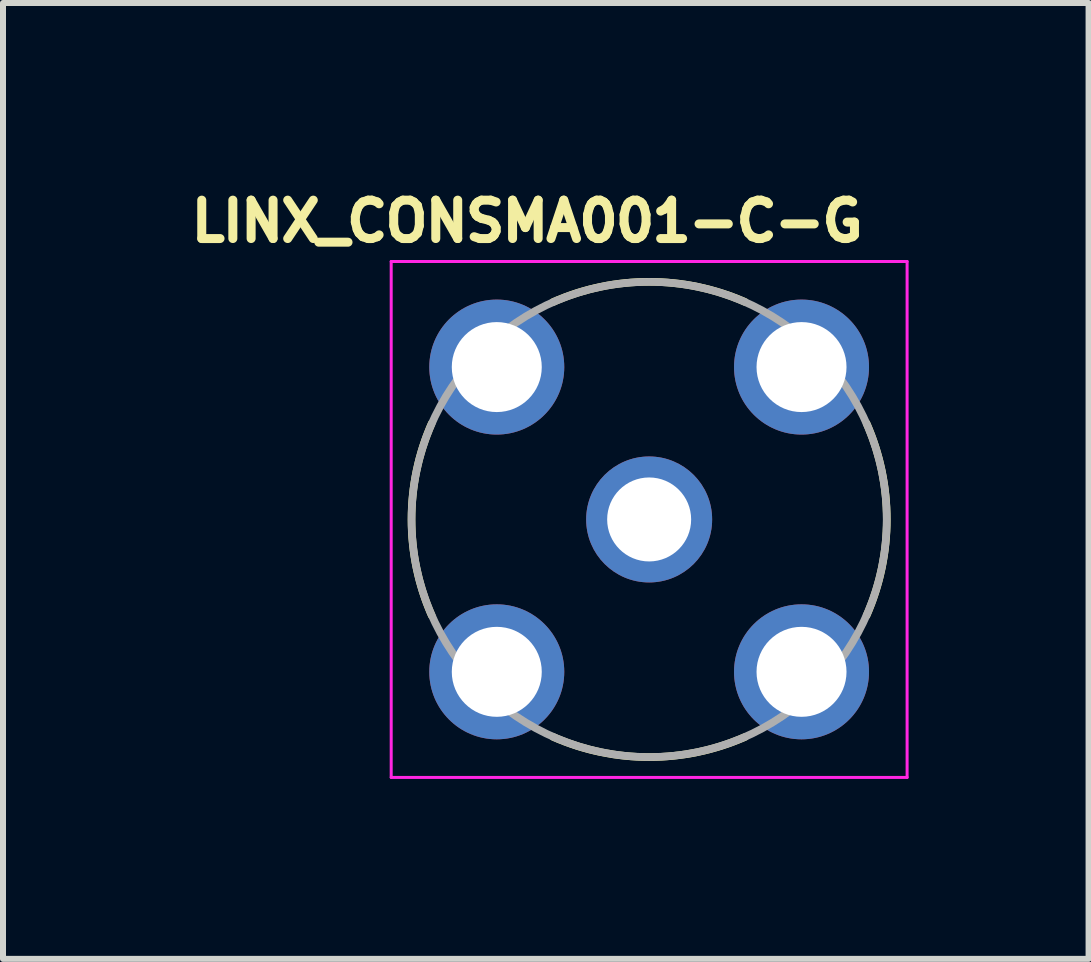
<source format=kicad_pcb>
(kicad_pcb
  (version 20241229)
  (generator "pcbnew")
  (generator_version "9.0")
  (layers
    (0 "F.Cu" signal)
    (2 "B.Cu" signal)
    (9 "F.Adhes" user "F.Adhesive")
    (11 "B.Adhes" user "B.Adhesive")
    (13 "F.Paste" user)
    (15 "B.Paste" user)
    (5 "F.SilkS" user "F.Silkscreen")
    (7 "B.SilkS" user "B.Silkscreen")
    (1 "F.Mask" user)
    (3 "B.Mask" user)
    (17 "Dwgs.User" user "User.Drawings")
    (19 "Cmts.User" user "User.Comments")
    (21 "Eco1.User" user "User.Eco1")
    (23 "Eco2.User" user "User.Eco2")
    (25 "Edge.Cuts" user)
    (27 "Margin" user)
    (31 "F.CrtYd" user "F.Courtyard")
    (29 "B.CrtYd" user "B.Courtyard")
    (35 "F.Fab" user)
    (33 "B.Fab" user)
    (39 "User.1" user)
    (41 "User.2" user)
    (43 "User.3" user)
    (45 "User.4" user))
  (footprint "LINX_CONSMA001-C-G"
    (layer "F.Cu")
    (at 7.771 5.609)
    (property "Reference" "LINX_CONSMA001-C-G" (at -2.033 -4.971 0) (layer "F.SilkS") (effects (font (size 0.64 0.64) (thickness 0.15))))
    (attr through_hole)
    (fp_arc (start -3.625 1.6) (mid -3.961444 0) (end -3.625 -1.6) (stroke (width 0.127) (type solid)) (layer "F.SilkS"))
    (fp_arc (start -1.6 -3.625) (mid 0 -3.961444) (end 1.6 -3.625) (stroke (width 0.127) (type solid)) (layer "F.SilkS"))
    (fp_arc (start 1.6 3.625) (mid 0 3.961444) (end -1.6 3.625) (stroke (width 0.127) (type solid)) (layer "F.SilkS"))
    (fp_arc (start 3.625 -1.6) (mid 3.961444 0) (end 3.625 1.6) (stroke (width 0.127) (type solid)) (layer "F.SilkS"))
    (fp_line (start -4.3 -4.3) (end 4.3 -4.3) (stroke (width 0.05) (type solid)) (layer "F.CrtYd"))
    (fp_line (start -4.3 4.3) (end -4.3 -4.3) (stroke (width 0.05) (type solid)) (layer "F.CrtYd"))
    (fp_line (start 4.3 -4.3) (end 4.3 4.3) (stroke (width 0.05) (type solid)) (layer "F.CrtYd"))
    (fp_line (start 4.3 4.3) (end -4.3 4.3) (stroke (width 0.05) (type solid)) (layer "F.CrtYd"))
    (fp_circle (center 0 0) (end 3.96 0) (stroke (width 0.127) (type solid)) (fill no) (layer "F.Fab"))
    (pad "1" thru_hole circle (at 0 0) (size 2.1 2.1) (drill 1.4) (layers "*.Cu" "*.Mask"))
    (pad "S1" thru_hole circle (at -2.54 -2.54) (size 2.25 2.25) (drill 1.5) (layers "*.Cu" "*.Mask"))
    (pad "S2" thru_hole circle (at -2.54 2.54) (size 2.25 2.25) (drill 1.5) (layers "*.Cu" "*.Mask"))
    (pad "S3" thru_hole circle (at 2.54 2.54) (size 2.25 2.25) (drill 1.5) (layers "*.Cu" "*.Mask"))
    (pad "S4" thru_hole circle (at 2.54 -2.54) (size 2.25 2.25) (drill 1.5) (layers "*.Cu" "*.Mask")))
  (gr_rect
    (start -3 -3)
    (end 15.096 12.934)
    (stroke (width 0.1) (type default))
    (fill no)
    (layer "Edge.Cuts")))
</source>
